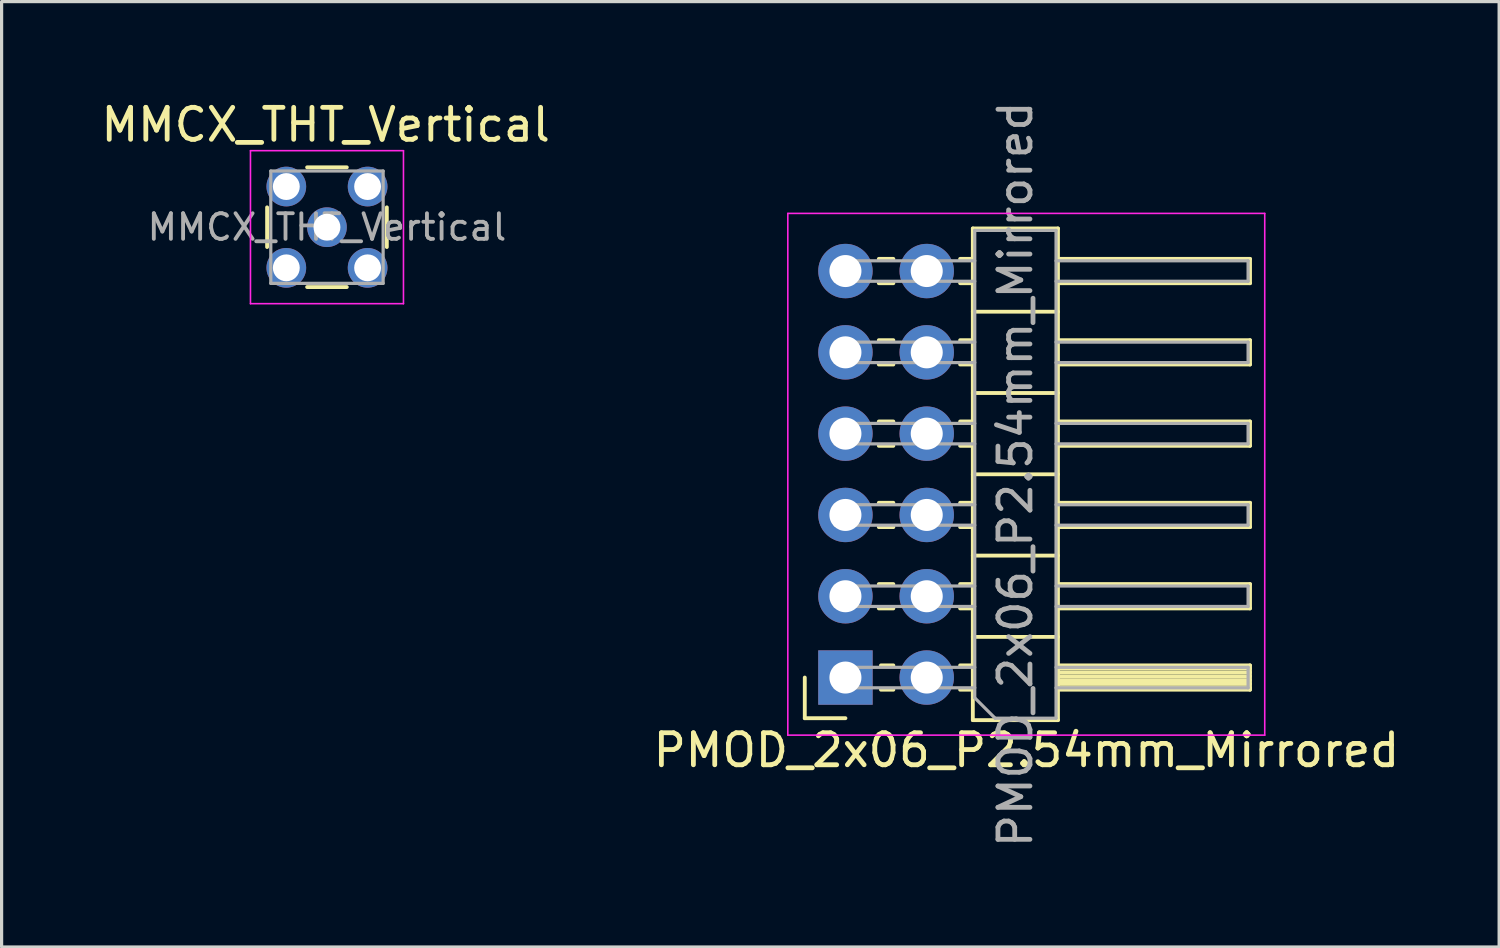
<source format=kicad_pcb>
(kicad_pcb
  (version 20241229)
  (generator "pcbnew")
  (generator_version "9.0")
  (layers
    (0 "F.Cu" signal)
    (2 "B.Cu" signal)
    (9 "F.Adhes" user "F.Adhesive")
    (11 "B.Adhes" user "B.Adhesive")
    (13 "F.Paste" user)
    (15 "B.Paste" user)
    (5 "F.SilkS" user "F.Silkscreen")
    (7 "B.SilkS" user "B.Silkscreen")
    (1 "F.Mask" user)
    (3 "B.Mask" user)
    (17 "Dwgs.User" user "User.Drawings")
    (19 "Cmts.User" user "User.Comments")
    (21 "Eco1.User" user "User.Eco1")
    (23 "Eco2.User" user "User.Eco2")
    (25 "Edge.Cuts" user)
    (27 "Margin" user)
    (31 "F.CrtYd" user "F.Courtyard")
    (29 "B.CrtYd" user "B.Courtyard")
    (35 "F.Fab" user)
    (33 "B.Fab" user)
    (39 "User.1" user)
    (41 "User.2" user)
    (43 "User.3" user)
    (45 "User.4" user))
  (footprint "MMCX_THT_Vertical"
    (layer "F.Cu")
    (at 7.165 4.048)
    (property "Reference" "MMCX_THT_Vertical" (at -0.04 -3.2 0) (layer "F.SilkS") (effects (font (size 1 1) (thickness 0.15))))
    (attr through_hole)
    (fp_line (start -1.87 0.62) (end -1.87 -0.62) (stroke (width 0.12) (type solid)) (layer "F.SilkS"))
    (fp_line (start 0.62 -1.87) (end -0.62 -1.87) (stroke (width 0.12) (type solid)) (layer "F.SilkS"))
    (fp_line (start 0.62 1.87) (end -0.62 1.87) (stroke (width 0.12) (type solid)) (layer "F.SilkS"))
    (fp_line (start 1.87 0.62) (end 1.87 -0.62) (stroke (width 0.12) (type solid)) (layer "F.SilkS"))
    (fp_line (start -2.39 -2.39) (end 2.39 -2.39) (stroke (width 0.05) (type solid)) (layer "F.CrtYd"))
    (fp_line (start -2.39 2.39) (end -2.39 -2.39) (stroke (width 0.05) (type solid)) (layer "F.CrtYd"))
    (fp_line (start -2.39 2.39) (end 2.39 2.39) (stroke (width 0.05) (type solid)) (layer "F.CrtYd"))
    (fp_line (start 2.39 2.39) (end 2.39 -2.39) (stroke (width 0.05) (type solid)) (layer "F.CrtYd"))
    (fp_line (start -1.755 -1.755) (end -1.755 1.755) (stroke (width 0.1) (type solid)) (layer "F.Fab"))
    (fp_line (start -1.755 -1.755) (end 1.755 -1.755) (stroke (width 0.1) (type solid)) (layer "F.Fab"))
    (fp_line (start -1.755 1.755) (end 1.755 1.755) (stroke (width 0.1) (type solid)) (layer "F.Fab"))
    (fp_line (start 1.755 -1.755) (end 1.755 1.755) (stroke (width 0.1) (type solid)) (layer "F.Fab"))
    (fp_text user "${REFERENCE}" (at 0 0 0) (layer "F.Fab") (effects (font (size 0.8 0.8) (thickness 0.12))))
    (pad "1" thru_hole circle (at 0 0) (size 1.24 1.24) (drill 0.84) (layers "*.Cu" "*.Mask"))
    (pad "2" thru_hole circle (at -1.27 -1.27) (size 1.24 1.24) (drill 0.84) (layers "*.Cu" "*.Mask"))
    (pad "2" thru_hole circle (at -1.27 1.27) (size 1.24 1.24) (drill 0.84) (layers "*.Cu" "*.Mask"))
    (pad "2" thru_hole circle (at 1.27 -1.27) (size 1.24 1.24) (drill 0.84) (layers "*.Cu" "*.Mask"))
    (pad "2" thru_hole circle (at 1.27 1.27) (size 1.24 1.24) (drill 0.84) (layers "*.Cu" "*.Mask")))
  (footprint "PMOD_2x06_P2.54mm_Mirrored"
    (layer "F.Cu")
    (at 23.363 5.418)
    (property "Reference" "PMOD_2x06_P2.54mm_Mirrored" (at 5.655 14.97 180) (layer "F.SilkS") (effects (font (size 1 1) (thickness 0.15))))
    (attr through_hole)
    (fp_line (start -1.27 12.7) (end -1.27 13.97) (stroke (width 0.12) (type solid)) (layer "F.SilkS"))
    (fp_line (start -1.27 13.97) (end 0 13.97) (stroke (width 0.12) (type solid)) (layer "F.SilkS"))
    (fp_line (start 1.043 -0.38) (end 1.497 -0.38) (stroke (width 0.12) (type solid)) (layer "F.SilkS"))
    (fp_line (start 1.043 0.38) (end 1.497 0.38) (stroke (width 0.12) (type solid)) (layer "F.SilkS"))
    (fp_line (start 1.043 2.16) (end 1.497 2.16) (stroke (width 0.12) (type solid)) (layer "F.SilkS"))
    (fp_line (start 1.043 2.92) (end 1.497 2.92) (stroke (width 0.12) (type solid)) (layer "F.SilkS"))
    (fp_line (start 1.043 4.7) (end 1.497 4.7) (stroke (width 0.12) (type solid)) (layer "F.SilkS"))
    (fp_line (start 1.043 5.46) (end 1.497 5.46) (stroke (width 0.12) (type solid)) (layer "F.SilkS"))
    (fp_line (start 1.043 7.24) (end 1.497 7.24) (stroke (width 0.12) (type solid)) (layer "F.SilkS"))
    (fp_line (start 1.043 8) (end 1.497 8) (stroke (width 0.12) (type solid)) (layer "F.SilkS"))
    (fp_line (start 1.043 9.78) (end 1.497 9.78) (stroke (width 0.12) (type solid)) (layer "F.SilkS"))
    (fp_line (start 1.043 10.54) (end 1.497 10.54) (stroke (width 0.12) (type solid)) (layer "F.SilkS"))
    (fp_line (start 1.11 12.32) (end 1.497 12.32) (stroke (width 0.12) (type solid)) (layer "F.SilkS"))
    (fp_line (start 1.11 13.08) (end 1.497 13.08) (stroke (width 0.12) (type solid)) (layer "F.SilkS"))
    (fp_line (start 3.583 -0.38) (end 3.98 -0.38) (stroke (width 0.12) (type solid)) (layer "F.SilkS"))
    (fp_line (start 3.583 0.38) (end 3.98 0.38) (stroke (width 0.12) (type solid)) (layer "F.SilkS"))
    (fp_line (start 3.583 2.16) (end 3.98 2.16) (stroke (width 0.12) (type solid)) (layer "F.SilkS"))
    (fp_line (start 3.583 2.92) (end 3.98 2.92) (stroke (width 0.12) (type solid)) (layer "F.SilkS"))
    (fp_line (start 3.583 4.7) (end 3.98 4.7) (stroke (width 0.12) (type solid)) (layer "F.SilkS"))
    (fp_line (start 3.583 5.46) (end 3.98 5.46) (stroke (width 0.12) (type solid)) (layer "F.SilkS"))
    (fp_line (start 3.583 7.24) (end 3.98 7.24) (stroke (width 0.12) (type solid)) (layer "F.SilkS"))
    (fp_line (start 3.583 8) (end 3.98 8) (stroke (width 0.12) (type solid)) (layer "F.SilkS"))
    (fp_line (start 3.583 9.78) (end 3.98 9.78) (stroke (width 0.12) (type solid)) (layer "F.SilkS"))
    (fp_line (start 3.583 10.54) (end 3.98 10.54) (stroke (width 0.12) (type solid)) (layer "F.SilkS"))
    (fp_line (start 3.583 12.32) (end 3.98 12.32) (stroke (width 0.12) (type solid)) (layer "F.SilkS"))
    (fp_line (start 3.583 13.08) (end 3.98 13.08) (stroke (width 0.12) (type solid)) (layer "F.SilkS"))
    (fp_line (start 3.98 -1.33) (end 6.64 -1.33) (stroke (width 0.12) (type solid)) (layer "F.SilkS"))
    (fp_line (start 3.98 1.27) (end 6.64 1.27) (stroke (width 0.12) (type solid)) (layer "F.SilkS"))
    (fp_line (start 3.98 3.81) (end 6.64 3.81) (stroke (width 0.12) (type solid)) (layer "F.SilkS"))
    (fp_line (start 3.98 6.35) (end 6.64 6.35) (stroke (width 0.12) (type solid)) (layer "F.SilkS"))
    (fp_line (start 3.98 8.89) (end 6.64 8.89) (stroke (width 0.12) (type solid)) (layer "F.SilkS"))
    (fp_line (start 3.98 11.43) (end 6.64 11.43) (stroke (width 0.12) (type solid)) (layer "F.SilkS"))
    (fp_line (start 3.98 14.03) (end 3.98 -1.33) (stroke (width 0.12) (type solid)) (layer "F.SilkS"))
    (fp_line (start 6.64 -1.33) (end 6.64 14.03) (stroke (width 0.12) (type solid)) (layer "F.SilkS"))
    (fp_line (start 6.64 0.38) (end 12.64 0.38) (stroke (width 0.12) (type solid)) (layer "F.SilkS"))
    (fp_line (start 6.64 2.92) (end 12.64 2.92) (stroke (width 0.12) (type solid)) (layer "F.SilkS"))
    (fp_line (start 6.64 5.46) (end 12.64 5.46) (stroke (width 0.12) (type solid)) (layer "F.SilkS"))
    (fp_line (start 6.64 8) (end 12.64 8) (stroke (width 0.12) (type solid)) (layer "F.SilkS"))
    (fp_line (start 6.64 10.54) (end 12.64 10.54) (stroke (width 0.12) (type solid)) (layer "F.SilkS"))
    (fp_line (start 6.64 12.42) (end 12.64 12.42) (stroke (width 0.12) (type solid)) (layer "F.SilkS"))
    (fp_line (start 6.64 12.54) (end 12.64 12.54) (stroke (width 0.12) (type solid)) (layer "F.SilkS"))
    (fp_line (start 6.64 12.66) (end 12.64 12.66) (stroke (width 0.12) (type solid)) (layer "F.SilkS"))
    (fp_line (start 6.64 12.78) (end 12.64 12.78) (stroke (width 0.12) (type solid)) (layer "F.SilkS"))
    (fp_line (start 6.64 12.9) (end 12.64 12.9) (stroke (width 0.12) (type solid)) (layer "F.SilkS"))
    (fp_line (start 6.64 13.02) (end 12.64 13.02) (stroke (width 0.12) (type solid)) (layer "F.SilkS"))
    (fp_line (start 6.64 13.08) (end 12.64 13.08) (stroke (width 0.12) (type solid)) (layer "F.SilkS"))
    (fp_line (start 6.64 14.03) (end 3.98 14.03) (stroke (width 0.12) (type solid)) (layer "F.SilkS"))
    (fp_line (start 12.64 -0.38) (end 6.64 -0.38) (stroke (width 0.12) (type solid)) (layer "F.SilkS"))
    (fp_line (start 12.64 0.38) (end 12.64 -0.38) (stroke (width 0.12) (type solid)) (layer "F.SilkS"))
    (fp_line (start 12.64 2.16) (end 6.64 2.16) (stroke (width 0.12) (type solid)) (layer "F.SilkS"))
    (fp_line (start 12.64 2.92) (end 12.64 2.16) (stroke (width 0.12) (type solid)) (layer "F.SilkS"))
    (fp_line (start 12.64 4.7) (end 6.64 4.7) (stroke (width 0.12) (type solid)) (layer "F.SilkS"))
    (fp_line (start 12.64 5.46) (end 12.64 4.7) (stroke (width 0.12) (type solid)) (layer "F.SilkS"))
    (fp_line (start 12.64 7.24) (end 6.64 7.24) (stroke (width 0.12) (type solid)) (layer "F.SilkS"))
    (fp_line (start 12.64 8) (end 12.64 7.24) (stroke (width 0.12) (type solid)) (layer "F.SilkS"))
    (fp_line (start 12.64 9.78) (end 6.64 9.78) (stroke (width 0.12) (type solid)) (layer "F.SilkS"))
    (fp_line (start 12.64 10.54) (end 12.64 9.78) (stroke (width 0.12) (type solid)) (layer "F.SilkS"))
    (fp_line (start 12.64 12.32) (end 6.64 12.32) (stroke (width 0.12) (type solid)) (layer "F.SilkS"))
    (fp_line (start 12.64 13.08) (end 12.64 12.32) (stroke (width 0.12) (type solid)) (layer "F.SilkS"))
    (fp_line (start -1.8 -1.8) (end 13.1 -1.8) (stroke (width 0.05) (type solid)) (layer "F.CrtYd"))
    (fp_line (start -1.8 14.5) (end -1.8 -1.8) (stroke (width 0.05) (type solid)) (layer "F.CrtYd"))
    (fp_line (start 13.1 -1.8) (end 13.1 14.5) (stroke (width 0.05) (type solid)) (layer "F.CrtYd"))
    (fp_line (start 13.1 14.5) (end -1.8 14.5) (stroke (width 0.05) (type solid)) (layer "F.CrtYd"))
    (fp_line (start -0.32 -0.32) (end 4.04 -0.32) (stroke (width 0.1) (type solid)) (layer "F.Fab"))
    (fp_line (start -0.32 0.32) (end -0.32 -0.32) (stroke (width 0.1) (type solid)) (layer "F.Fab"))
    (fp_line (start -0.32 0.32) (end 4.04 0.32) (stroke (width 0.1) (type solid)) (layer "F.Fab"))
    (fp_line (start -0.32 2.22) (end 4.04 2.22) (stroke (width 0.1) (type solid)) (layer "F.Fab"))
    (fp_line (start -0.32 2.86) (end -0.32 2.22) (stroke (width 0.1) (type solid)) (layer "F.Fab"))
    (fp_line (start -0.32 2.86) (end 4.04 2.86) (stroke (width 0.1) (type solid)) (layer "F.Fab"))
    (fp_line (start -0.32 4.76) (end 4.04 4.76) (stroke (width 0.1) (type solid)) (layer "F.Fab"))
    (fp_line (start -0.32 5.4) (end -0.32 4.76) (stroke (width 0.1) (type solid)) (layer "F.Fab"))
    (fp_line (start -0.32 5.4) (end 4.04 5.4) (stroke (width 0.1) (type solid)) (layer "F.Fab"))
    (fp_line (start -0.32 7.3) (end 4.04 7.3) (stroke (width 0.1) (type solid)) (layer "F.Fab"))
    (fp_line (start -0.32 7.94) (end -0.32 7.3) (stroke (width 0.1) (type solid)) (layer "F.Fab"))
    (fp_line (start -0.32 7.94) (end 4.04 7.94) (stroke (width 0.1) (type solid)) (layer "F.Fab"))
    (fp_line (start -0.32 9.84) (end 4.04 9.84) (stroke (width 0.1) (type solid)) (layer "F.Fab"))
    (fp_line (start -0.32 10.48) (end -0.32 9.84) (stroke (width 0.1) (type solid)) (layer "F.Fab"))
    (fp_line (start -0.32 10.48) (end 4.04 10.48) (stroke (width 0.1) (type solid)) (layer "F.Fab"))
    (fp_line (start -0.32 12.38) (end 4.04 12.38) (stroke (width 0.1) (type solid)) (layer "F.Fab"))
    (fp_line (start -0.32 13.02) (end -0.32 12.38) (stroke (width 0.1) (type solid)) (layer "F.Fab"))
    (fp_line (start -0.32 13.02) (end 4.04 13.02) (stroke (width 0.1) (type solid)) (layer "F.Fab"))
    (fp_line (start 4.04 -1.27) (end 4.04 13.335) (stroke (width 0.1) (type solid)) (layer "F.Fab"))
    (fp_line (start 4.04 13.335) (end 4.675 13.97) (stroke (width 0.1) (type solid)) (layer "F.Fab"))
    (fp_line (start 4.675 13.97) (end 6.58 13.97) (stroke (width 0.1) (type solid)) (layer "F.Fab"))
    (fp_line (start 6.58 -1.27) (end 4.04 -1.27) (stroke (width 0.1) (type solid)) (layer "F.Fab"))
    (fp_line (start 6.58 -0.32) (end 12.58 -0.32) (stroke (width 0.1) (type solid)) (layer "F.Fab"))
    (fp_line (start 6.58 0.32) (end 12.58 0.32) (stroke (width 0.1) (type solid)) (layer "F.Fab"))
    (fp_line (start 6.58 2.22) (end 12.58 2.22) (stroke (width 0.1) (type solid)) (layer "F.Fab"))
    (fp_line (start 6.58 2.86) (end 12.58 2.86) (stroke (width 0.1) (type solid)) (layer "F.Fab"))
    (fp_line (start 6.58 4.76) (end 12.58 4.76) (stroke (width 0.1) (type solid)) (layer "F.Fab"))
    (fp_line (start 6.58 5.4) (end 12.58 5.4) (stroke (width 0.1) (type solid)) (layer "F.Fab"))
    (fp_line (start 6.58 7.3) (end 12.58 7.3) (stroke (width 0.1) (type solid)) (layer "F.Fab"))
    (fp_line (start 6.58 7.94) (end 12.58 7.94) (stroke (width 0.1) (type solid)) (layer "F.Fab"))
    (fp_line (start 6.58 9.84) (end 12.58 9.84) (stroke (width 0.1) (type solid)) (layer "F.Fab"))
    (fp_line (start 6.58 10.48) (end 12.58 10.48) (stroke (width 0.1) (type solid)) (layer "F.Fab"))
    (fp_line (start 6.58 12.38) (end 12.58 12.38) (stroke (width 0.1) (type solid)) (layer "F.Fab"))
    (fp_line (start 6.58 13.02) (end 12.58 13.02) (stroke (width 0.1) (type solid)) (layer "F.Fab"))
    (fp_line (start 6.58 13.97) (end 6.58 -1.27) (stroke (width 0.1) (type solid)) (layer "F.Fab"))
    (fp_line (start 12.58 0.32) (end 12.58 -0.32) (stroke (width 0.1) (type solid)) (layer "F.Fab"))
    (fp_line (start 12.58 2.86) (end 12.58 2.22) (stroke (width 0.1) (type solid)) (layer "F.Fab"))
    (fp_line (start 12.58 5.4) (end 12.58 4.76) (stroke (width 0.1) (type solid)) (layer "F.Fab"))
    (fp_line (start 12.58 7.94) (end 12.58 7.3) (stroke (width 0.1) (type solid)) (layer "F.Fab"))
    (fp_line (start 12.58 10.48) (end 12.58 9.84) (stroke (width 0.1) (type solid)) (layer "F.Fab"))
    (fp_line (start 12.58 13.02) (end 12.58 12.38) (stroke (width 0.1) (type solid)) (layer "F.Fab"))
    (fp_text user "${REFERENCE}" (at 5.31 6.35 270) (layer "F.Fab") (effects (font (size 1 1) (thickness 0.15))))
    (pad "1" thru_hole rect (at 0 12.7) (size 1.7 1.7) (drill 1) (layers "*.Cu" "*.Mask"))
    (pad "2" thru_hole oval (at 2.54 12.7) (size 1.7 1.7) (drill 1) (layers "*.Cu" "*.Mask"))
    (pad "3" thru_hole oval (at 0 10.16) (size 1.7 1.7) (drill 1) (layers "*.Cu" "*.Mask"))
    (pad "4" thru_hole oval (at 2.54 10.16) (size 1.7 1.7) (drill 1) (layers "*.Cu" "*.Mask"))
    (pad "5" thru_hole oval (at 0 7.62) (size 1.7 1.7) (drill 1) (layers "*.Cu" "*.Mask"))
    (pad "6" thru_hole oval (at 2.54 7.62) (size 1.7 1.7) (drill 1) (layers "*.Cu" "*.Mask"))
    (pad "7" thru_hole oval (at 0 5.08) (size 1.7 1.7) (drill 1) (layers "*.Cu" "*.Mask"))
    (pad "8" thru_hole oval (at 2.54 5.08) (size 1.7 1.7) (drill 1) (layers "*.Cu" "*.Mask"))
    (pad "9" thru_hole oval (at 0 2.54) (size 1.7 1.7) (drill 1) (layers "*.Cu" "*.Mask"))
    (pad "10" thru_hole oval (at 2.54 2.54) (size 1.7 1.7) (drill 1) (layers "*.Cu" "*.Mask"))
    (pad "11" thru_hole oval (at 0 0) (size 1.7 1.7) (drill 1) (layers "*.Cu" "*.Mask"))
    (pad "12" thru_hole oval (at 2.54 0) (size 1.7 1.7) (drill 1) (layers "*.Cu" "*.Mask")))
  (gr_rect
    (start -3 -3)
    (end 43.786 26.536)
    (stroke (width 0.1) (type default))
    (fill no)
    (layer "Edge.Cuts")))
</source>
